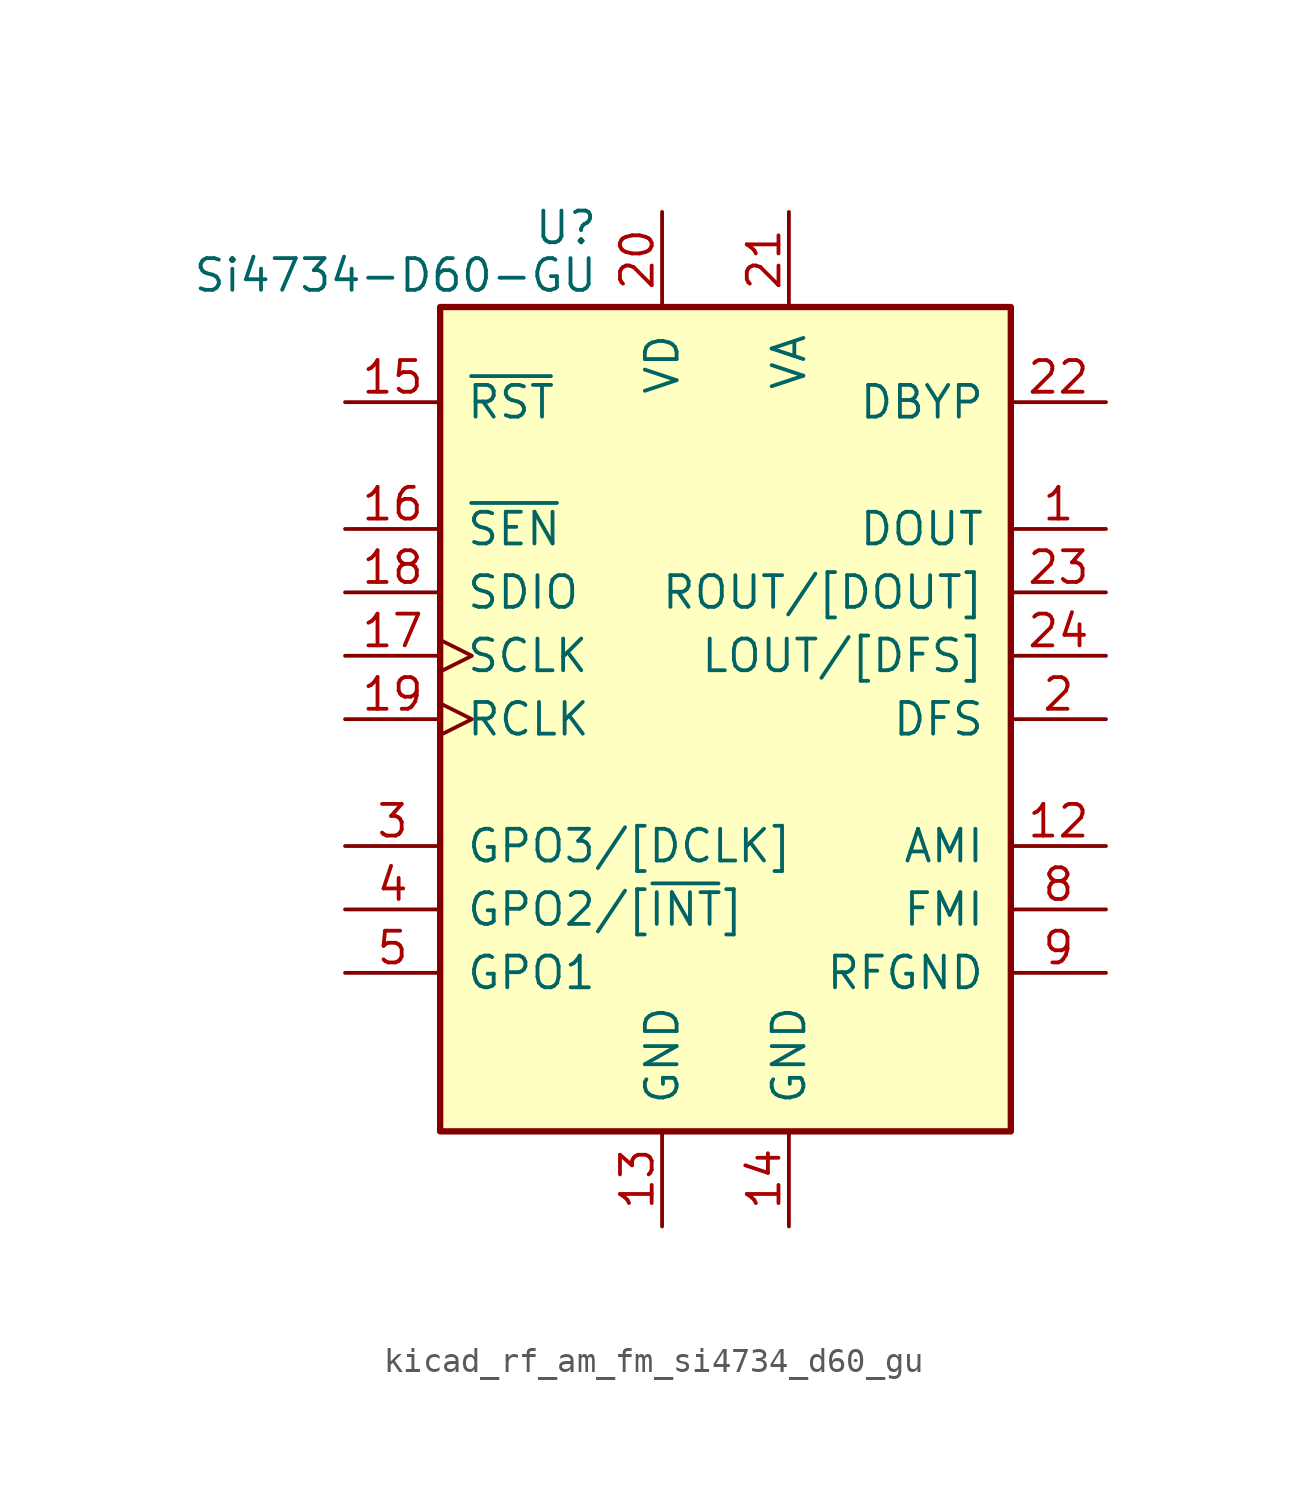
<source format=kicad_sym>
(kicad_symbol_lib
  (version 20220914)
  (generator kicad_symbol_editor)
  (symbol "kicad_rf_am_fm_si4734_d60_gu"
    (pin_names
      (offset 1.016))
    (property "Reference" "U"
      (at -5.08 19.685 0)
      (effects (font (size 1.27 1.27)) (justify right)))
    (property "Value" "Si4734-D60-GU"
      (at -5.08 17.78 0)
      (effects (font (size 1.27 1.27)) (justify right)))
    (symbol "kicad_rf_am_fm_si4734_d60_gu_0_1"
      (rectangle (start 11.43 16.51) (end -11.43 -16.51) (stroke (width 0.254) (type default)) (fill (type background))))
    (symbol "kicad_rf_am_fm_si4734_d60_gu_1_1"
      (pin output line (at 15.24 7.62 180) (length 3.81) (name "DOUT" (effects (font (size 1.27 1.27)))) (number "1" (effects (font (size 1.27 1.27)))))
      (pin no_connect line (at -5.08 -16.51 90) (length 3.81) hide (name "NC" (effects (font (size 1.27 1.27)))) (number "10" (effects (font (size 1.27 1.27)))))
      (pin no_connect line (at 5.08 -16.51 90) (length 3.81) hide (name "NC" (effects (font (size 1.27 1.27)))) (number "11" (effects (font (size 1.27 1.27)))))
      (pin input line (at 15.24 -5.08 180) (length 3.81) (name "AMI" (effects (font (size 1.27 1.27)))) (number "12" (effects (font (size 1.27 1.27)))))
      (pin power_in line (at -2.54 -20.32 90) (length 3.81) (name "GND" (effects (font (size 1.27 1.27)))) (number "13" (effects (font (size 1.27 1.27)))))
      (pin power_in line (at 2.54 -20.32 90) (length 3.81) (name "GND" (effects (font (size 1.27 1.27)))) (number "14" (effects (font (size 1.27 1.27)))))
      (pin input line (at -15.24 12.7 0) (length 3.81) (name "~{RST}" (effects (font (size 1.27 1.27)))) (number "15" (effects (font (size 1.27 1.27)))))
      (pin input line (at -15.24 7.62 0) (length 3.81) (name "~{SEN}" (effects (font (size 1.27 1.27)))) (number "16" (effects (font (size 1.27 1.27)))))
      (pin input clock (at -15.24 2.54 0) (length 3.81) (name "SCLK" (effects (font (size 1.27 1.27)))) (number "17" (effects (font (size 1.27 1.27)))))
      (pin bidirectional line (at -15.24 5.08 0) (length 3.81) (name "SDIO" (effects (font (size 1.27 1.27)))) (number "18" (effects (font (size 1.27 1.27)))))
      (pin input clock (at -15.24 0 0) (length 3.81) (name "RCLK" (effects (font (size 1.27 1.27)))) (number "19" (effects (font (size 1.27 1.27)))))
      (pin input line (at 15.24 0 180) (length 3.81) (name "DFS" (effects (font (size 1.27 1.27)))) (number "2" (effects (font (size 1.27 1.27)))))
      (pin power_in line (at -2.54 20.32 270) (length 3.81) (name "VD" (effects (font (size 1.27 1.27)))) (number "20" (effects (font (size 1.27 1.27)))))
      (pin power_in line (at 2.54 20.32 270) (length 3.81) (name "VA" (effects (font (size 1.27 1.27)))) (number "21" (effects (font (size 1.27 1.27)))))
      (pin passive line (at 15.24 12.7 180) (length 3.81) (name "DBYP" (effects (font (size 1.27 1.27)))) (number "22" (effects (font (size 1.27 1.27)))))
      (pin output line (at 15.24 5.08 180) (length 3.81) (name "ROUT/[DOUT]" (effects (font (size 1.27 1.27)))) (number "23" (effects (font (size 1.27 1.27)))))
      (pin bidirectional line (at 15.24 2.54 180) (length 3.81) (name "LOUT/[DFS]" (effects (font (size 1.27 1.27)))) (number "24" (effects (font (size 1.27 1.27)))))
      (pin bidirectional line (at -15.24 -5.08 0) (length 3.81) (name "GPO3/[DCLK]" (effects (font (size 1.27 1.27)))) (number "3" (effects (font (size 1.27 1.27)))))
      (pin output line (at -15.24 -7.62 0) (length 3.81) (name "GPO2/[~{INT}]" (effects (font (size 1.27 1.27)))) (number "4" (effects (font (size 1.27 1.27)))))
      (pin output line (at -15.24 -10.16 0) (length 3.81) (name "GPO1" (effects (font (size 1.27 1.27)))) (number "5" (effects (font (size 1.27 1.27)))))
      (pin no_connect line (at -11.43 -12.7 0) (length 3.81) hide (name "NC" (effects (font (size 1.27 1.27)))) (number "6" (effects (font (size 1.27 1.27)))))
      (pin no_connect line (at 11.43 -12.7 180) (length 3.81) hide (name "NC" (effects (font (size 1.27 1.27)))) (number "7" (effects (font (size 1.27 1.27)))))
      (pin input line (at 15.24 -7.62 180) (length 3.81) (name "FMI" (effects (font (size 1.27 1.27)))) (number "8" (effects (font (size 1.27 1.27)))))
      (pin power_in line (at 15.24 -10.16 180) (length 3.81) (name "RFGND" (effects (font (size 1.27 1.27)))) (number "9" (effects (font (size 1.27 1.27))))))))
</source>
